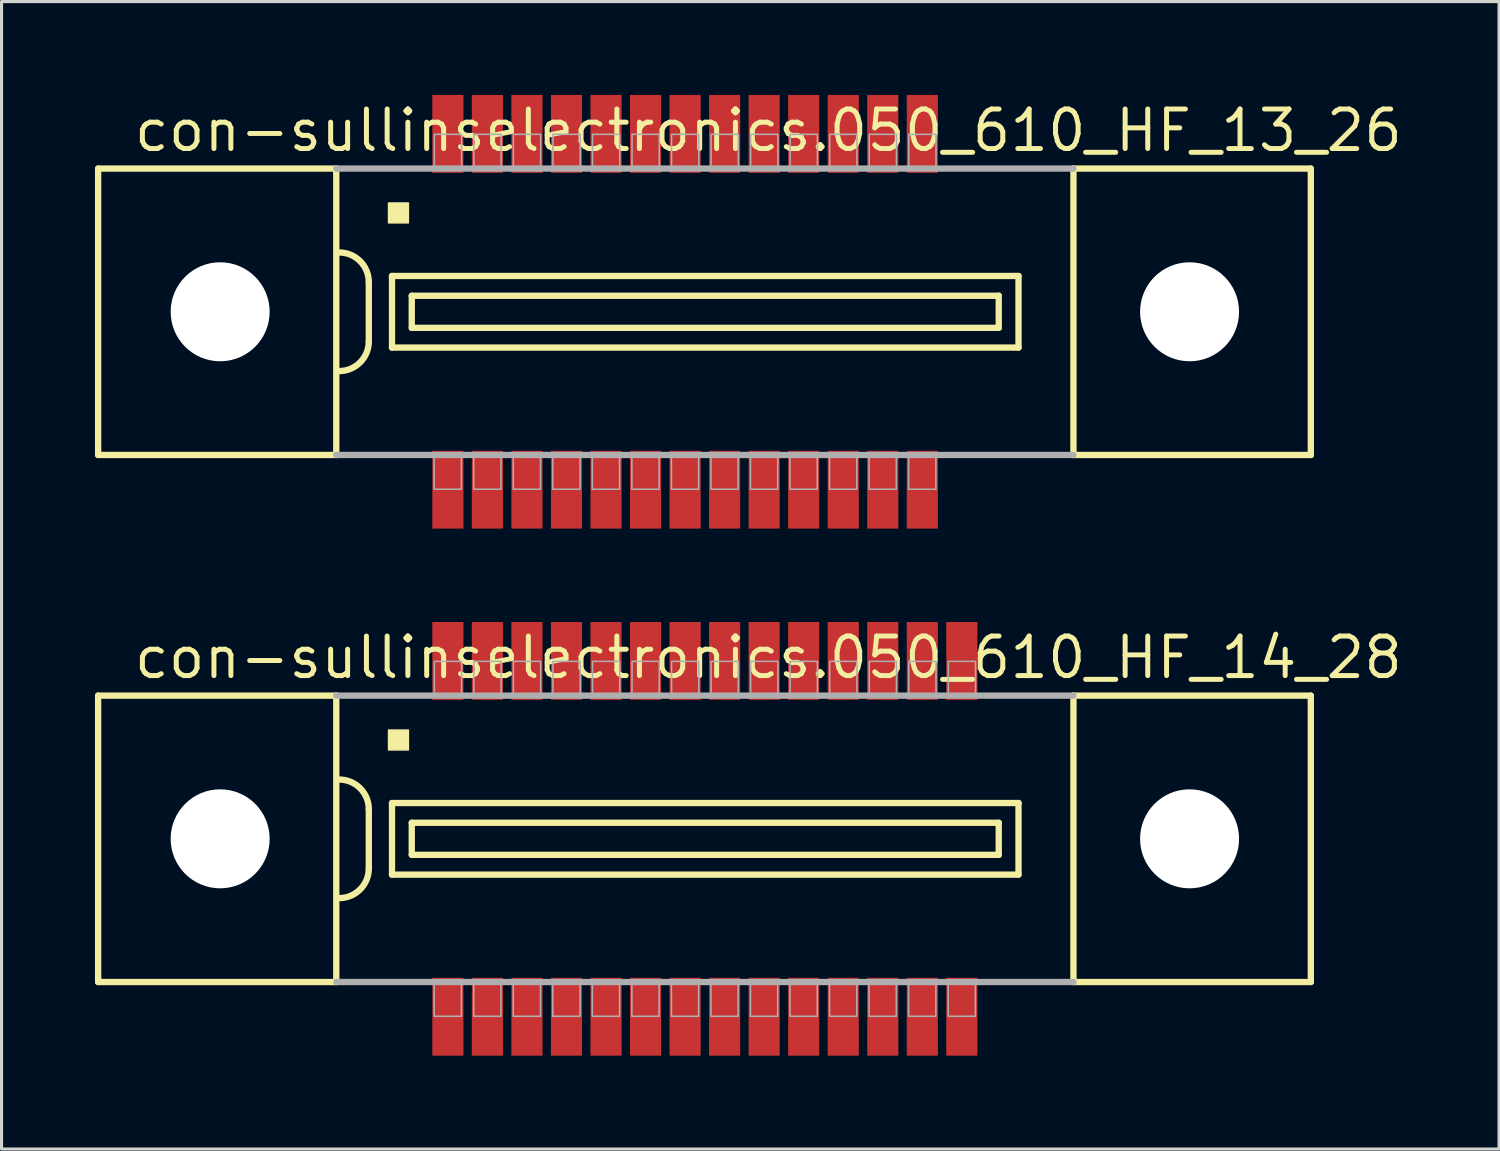
<source format=kicad_pcb>
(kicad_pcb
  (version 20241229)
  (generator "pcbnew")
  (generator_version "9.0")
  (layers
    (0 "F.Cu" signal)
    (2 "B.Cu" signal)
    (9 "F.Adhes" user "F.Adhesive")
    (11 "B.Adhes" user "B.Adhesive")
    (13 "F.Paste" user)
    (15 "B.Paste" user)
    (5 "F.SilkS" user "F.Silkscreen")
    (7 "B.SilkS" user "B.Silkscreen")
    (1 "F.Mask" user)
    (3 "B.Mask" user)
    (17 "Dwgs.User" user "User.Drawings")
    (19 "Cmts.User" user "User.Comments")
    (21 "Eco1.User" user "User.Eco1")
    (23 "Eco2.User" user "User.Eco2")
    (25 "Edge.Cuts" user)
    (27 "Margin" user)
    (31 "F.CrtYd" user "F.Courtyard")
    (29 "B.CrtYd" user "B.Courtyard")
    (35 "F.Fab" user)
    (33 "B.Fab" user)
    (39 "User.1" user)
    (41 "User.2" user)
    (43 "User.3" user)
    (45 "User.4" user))
  (footprint "con-sullinselectronics.050_610_HF_13_26"
    (layer "F.Cu")
    (at 18.957 6.965)
    (property "Reference" "con-sullinselectronics.050_610_HF_13_26" (at -17.78 -5.08 0) (layer "F.SilkS") (effects (font (size 1.27 1.27) (thickness 0.16)) (justify left bottom)))
    (attr smd)
    (fp_line (start -18.855 -4.6) (end -18.855 4.6) (stroke (width 0.203) (type default)) (layer "F.SilkS"))
    (fp_line (start -18.855 4.6) (end -11.205 4.6) (stroke (width 0.203) (type default)) (layer "F.SilkS"))
    (fp_line (start -11.205 -4.6) (end -18.855 -4.6) (stroke (width 0.203) (type default)) (layer "F.SilkS"))
    (fp_line (start -11.205 -4.6) (end -11.205 4.6) (stroke (width 0.203) (type default)) (layer "F.SilkS"))
    (fp_line (start -10.16 -0.953) (end -10.16 0.953) (stroke (width 0.203) (type default)) (layer "F.SilkS"))
    (fp_line (start -9.415 -1.15) (end -9.415 1.15) (stroke (width 0.203) (type default)) (layer "F.SilkS"))
    (fp_line (start -9.415 1.15) (end 10.71 1.15) (stroke (width 0.203) (type default)) (layer "F.SilkS"))
    (fp_line (start -8.78 -0.515) (end -8.78 0.515) (stroke (width 0.203) (type default)) (layer "F.SilkS"))
    (fp_line (start -8.78 0.515) (end 10.075 0.515) (stroke (width 0.203) (type default)) (layer "F.SilkS"))
    (fp_line (start 10.075 -0.515) (end -8.78 -0.515) (stroke (width 0.203) (type default)) (layer "F.SilkS"))
    (fp_line (start 10.075 0.515) (end 10.075 -0.515) (stroke (width 0.203) (type default)) (layer "F.SilkS"))
    (fp_line (start 10.71 -1.15) (end -9.415 -1.15) (stroke (width 0.203) (type default)) (layer "F.SilkS"))
    (fp_line (start 10.71 1.15) (end 10.71 -1.15) (stroke (width 0.203) (type default)) (layer "F.SilkS"))
    (fp_line (start 12.475 4.6) (end 12.475 -4.6) (stroke (width 0.203) (type default)) (layer "F.SilkS"))
    (fp_line (start 12.475 4.6) (end 20.1 4.6) (stroke (width 0.203) (type default)) (layer "F.SilkS"))
    (fp_line (start 20.1 -4.6) (end 12.475 -4.6) (stroke (width 0.203) (type default)) (layer "F.SilkS"))
    (fp_line (start 20.1 4.6) (end 20.1 -4.6) (stroke (width 0.203) (type default)) (layer "F.SilkS"))
    (fp_rect (start -9.525 -2.857) (end -8.89 -3.493) (stroke (width 0.05) (type default)) (fill yes) (layer "F.SilkS"))
    (fp_arc (start -11.1125 -1.905) (mid -10.438981 -1.626019) (end -10.16 -0.9525) (stroke (width 0.2032) (type default)) (layer "F.SilkS"))
    (fp_arc (start -10.16 0.9525) (mid -10.43901 1.62599) (end -11.1125 1.905) (stroke (width 0.2032) (type default)) (layer "F.SilkS"))
    (fp_line (start -11.205 4.6) (end 12.475 4.6) (stroke (width 0.203) (type default)) (layer "F.Fab"))
    (fp_line (start 12.475 -4.6) (end -11.205 -4.6) (stroke (width 0.203) (type default)) (layer "F.Fab"))
    (fp_rect (start -8.06 5.7) (end -7.185 4.65) (stroke (width 0.05) (type default)) (fill no) (layer "F.Fab"))
    (fp_rect (start -8.055 -4.65) (end -7.18 -5.7) (stroke (width 0.05) (type default)) (fill no) (layer "F.Fab"))
    (fp_rect (start -6.79 5.7) (end -5.915 4.65) (stroke (width 0.05) (type default)) (fill no) (layer "F.Fab"))
    (fp_rect (start -6.785 -4.65) (end -5.91 -5.7) (stroke (width 0.05) (type default)) (fill no) (layer "F.Fab"))
    (fp_rect (start -5.52 5.7) (end -4.645 4.65) (stroke (width 0.05) (type default)) (fill no) (layer "F.Fab"))
    (fp_rect (start -5.515 -4.65) (end -4.64 -5.7) (stroke (width 0.05) (type default)) (fill no) (layer "F.Fab"))
    (fp_rect (start -4.25 5.7) (end -3.375 4.65) (stroke (width 0.05) (type default)) (fill no) (layer "F.Fab"))
    (fp_rect (start -4.245 -4.65) (end -3.37 -5.7) (stroke (width 0.05) (type default)) (fill no) (layer "F.Fab"))
    (fp_rect (start -2.98 5.7) (end -2.105 4.65) (stroke (width 0.05) (type default)) (fill no) (layer "F.Fab"))
    (fp_rect (start -2.975 -4.65) (end -2.1 -5.7) (stroke (width 0.05) (type default)) (fill no) (layer "F.Fab"))
    (fp_rect (start -1.71 5.7) (end -0.835 4.65) (stroke (width 0.05) (type default)) (fill no) (layer "F.Fab"))
    (fp_rect (start -1.705 -4.65) (end -0.83 -5.7) (stroke (width 0.05) (type default)) (fill no) (layer "F.Fab"))
    (fp_rect (start -0.44 5.7) (end 0.435 4.65) (stroke (width 0.05) (type default)) (fill no) (layer "F.Fab"))
    (fp_rect (start -0.435 -4.65) (end 0.44 -5.7) (stroke (width 0.05) (type default)) (fill no) (layer "F.Fab"))
    (fp_rect (start 0.83 5.7) (end 1.705 4.65) (stroke (width 0.05) (type default)) (fill no) (layer "F.Fab"))
    (fp_rect (start 0.835 -4.65) (end 1.71 -5.7) (stroke (width 0.05) (type default)) (fill no) (layer "F.Fab"))
    (fp_rect (start 2.1 5.7) (end 2.975 4.65) (stroke (width 0.05) (type default)) (fill no) (layer "F.Fab"))
    (fp_rect (start 2.105 -4.65) (end 2.98 -5.7) (stroke (width 0.05) (type default)) (fill no) (layer "F.Fab"))
    (fp_rect (start 3.37 5.7) (end 4.245 4.65) (stroke (width 0.05) (type default)) (fill no) (layer "F.Fab"))
    (fp_rect (start 3.375 -4.65) (end 4.25 -5.7) (stroke (width 0.05) (type default)) (fill no) (layer "F.Fab"))
    (fp_rect (start 4.64 5.7) (end 5.515 4.65) (stroke (width 0.05) (type default)) (fill no) (layer "F.Fab"))
    (fp_rect (start 4.645 -4.65) (end 5.52 -5.7) (stroke (width 0.05) (type default)) (fill no) (layer "F.Fab"))
    (fp_rect (start 5.91 5.7) (end 6.785 4.65) (stroke (width 0.05) (type default)) (fill no) (layer "F.Fab"))
    (fp_rect (start 5.915 -4.65) (end 6.79 -5.7) (stroke (width 0.05) (type default)) (fill no) (layer "F.Fab"))
    (fp_rect (start 7.18 5.7) (end 8.055 4.65) (stroke (width 0.05) (type default)) (fill no) (layer "F.Fab"))
    (fp_rect (start 7.185 -4.65) (end 8.06 -5.7) (stroke (width 0.05) (type default)) (fill no) (layer "F.Fab"))
    (pad "" np_thru_hole circle (at -14.935 0) (size 3.18 3.18) (drill 3.18) (layers "*.Cu" "*.Mask"))
    (pad "" np_thru_hole circle (at 16.205 0) (size 3.18 3.18) (drill 3.18) (layers "*.Cu" "*.Mask"))
    (pad "1" smd roundrect (at -7.62 -5.715) (size 1 2.5) (layers "F.Cu" "F.Mask" "F.Paste") (roundrect_rratio 0.01))
    (pad "2" smd roundrect (at -6.35 -5.715) (size 1 2.5) (layers "F.Cu" "F.Mask" "F.Paste") (roundrect_rratio 0.01))
    (pad "3" smd roundrect (at -5.08 -5.715) (size 1 2.5) (layers "F.Cu" "F.Mask" "F.Paste") (roundrect_rratio 0.01))
    (pad "4" smd roundrect (at -3.81 -5.715) (size 1 2.5) (layers "F.Cu" "F.Mask" "F.Paste") (roundrect_rratio 0.01))
    (pad "5" smd roundrect (at -2.54 -5.715) (size 1 2.5) (layers "F.Cu" "F.Mask" "F.Paste") (roundrect_rratio 0.01))
    (pad "6" smd roundrect (at -1.27 -5.715) (size 1 2.5) (layers "F.Cu" "F.Mask" "F.Paste") (roundrect_rratio 0.01))
    (pad "7" smd roundrect (at 0 -5.715) (size 1 2.5) (layers "F.Cu" "F.Mask" "F.Paste") (roundrect_rratio 0.01))
    (pad "8" smd roundrect (at 1.27 -5.715) (size 1 2.5) (layers "F.Cu" "F.Mask" "F.Paste") (roundrect_rratio 0.01))
    (pad "9" smd roundrect (at 2.54 -5.715) (size 1 2.5) (layers "F.Cu" "F.Mask" "F.Paste") (roundrect_rratio 0.01))
    (pad "10" smd roundrect (at 3.81 -5.715) (size 1 2.5) (layers "F.Cu" "F.Mask" "F.Paste") (roundrect_rratio 0.01))
    (pad "11" smd roundrect (at 5.08 -5.715 180) (size 1 2.5) (layers "F.Cu" "F.Mask" "F.Paste") (roundrect_rratio 0.01))
    (pad "12" smd roundrect (at 6.35 -5.715 180) (size 1 2.5) (layers "F.Cu" "F.Mask" "F.Paste") (roundrect_rratio 0.01))
    (pad "13" smd roundrect (at 7.62 -5.715 180) (size 1 2.5) (layers "F.Cu" "F.Mask" "F.Paste") (roundrect_rratio 0.01))
    (pad "14" smd roundrect (at -7.62 5.715) (size 1 2.5) (layers "F.Cu" "F.Mask" "F.Paste") (roundrect_rratio 0.01))
    (pad "15" smd roundrect (at -6.35 5.715) (size 1 2.5) (layers "F.Cu" "F.Mask" "F.Paste") (roundrect_rratio 0.01))
    (pad "16" smd roundrect (at -5.08 5.715) (size 1 2.5) (layers "F.Cu" "F.Mask" "F.Paste") (roundrect_rratio 0.01))
    (pad "17" smd roundrect (at -3.81 5.715) (size 1 2.5) (layers "F.Cu" "F.Mask" "F.Paste") (roundrect_rratio 0.01))
    (pad "18" smd roundrect (at -2.54 5.715) (size 1 2.5) (layers "F.Cu" "F.Mask" "F.Paste") (roundrect_rratio 0.01))
    (pad "19" smd roundrect (at -1.27 5.715) (size 1 2.5) (layers "F.Cu" "F.Mask" "F.Paste") (roundrect_rratio 0.01))
    (pad "20" smd roundrect (at 0 5.715) (size 1 2.5) (layers "F.Cu" "F.Mask" "F.Paste") (roundrect_rratio 0.01))
    (pad "21" smd roundrect (at 1.27 5.715) (size 1 2.5) (layers "F.Cu" "F.Mask" "F.Paste") (roundrect_rratio 0.01))
    (pad "22" smd roundrect (at 2.54 5.715) (size 1 2.5) (layers "F.Cu" "F.Mask" "F.Paste") (roundrect_rratio 0.01))
    (pad "23" smd roundrect (at 3.81 5.715) (size 1 2.5) (layers "F.Cu" "F.Mask" "F.Paste") (roundrect_rratio 0.01))
    (pad "24" smd roundrect (at 5.08 5.715) (size 1 2.5) (layers "F.Cu" "F.Mask" "F.Paste") (roundrect_rratio 0.01))
    (pad "25" smd roundrect (at 6.35 5.715) (size 1 2.5) (layers "F.Cu" "F.Mask" "F.Paste") (roundrect_rratio 0.01))
    (pad "26" smd roundrect (at 7.62 5.715) (size 1 2.5) (layers "F.Cu" "F.Mask" "F.Paste") (roundrect_rratio 0.01)))
  (footprint "con-sullinselectronics.050_610_HF_14_28"
    (layer "F.Cu")
    (at 19.592 23.895)
    (property "Reference" "con-sullinselectronics.050_610_HF_14_28" (at -18.415 -5.08 0) (layer "F.SilkS") (effects (font (size 1.27 1.27) (thickness 0.16)) (justify left bottom)))
    (attr smd)
    (fp_line (start -19.49 -4.6) (end -19.49 4.6) (stroke (width 0.203) (type default)) (layer "F.SilkS"))
    (fp_line (start -19.49 4.6) (end -11.84 4.6) (stroke (width 0.203) (type default)) (layer "F.SilkS"))
    (fp_line (start -11.84 -4.6) (end -19.49 -4.6) (stroke (width 0.203) (type default)) (layer "F.SilkS"))
    (fp_line (start -11.84 -4.6) (end -11.84 4.6) (stroke (width 0.203) (type default)) (layer "F.SilkS"))
    (fp_line (start -10.795 -0.953) (end -10.795 0.953) (stroke (width 0.203) (type default)) (layer "F.SilkS"))
    (fp_line (start -10.05 -1.15) (end -10.05 1.15) (stroke (width 0.203) (type default)) (layer "F.SilkS"))
    (fp_line (start -10.05 1.15) (end 10.075 1.15) (stroke (width 0.203) (type default)) (layer "F.SilkS"))
    (fp_line (start -9.415 -0.515) (end -9.415 0.515) (stroke (width 0.203) (type default)) (layer "F.SilkS"))
    (fp_line (start -9.415 0.515) (end 9.44 0.515) (stroke (width 0.203) (type default)) (layer "F.SilkS"))
    (fp_line (start 9.44 -0.515) (end -9.415 -0.515) (stroke (width 0.203) (type default)) (layer "F.SilkS"))
    (fp_line (start 9.44 0.515) (end 9.44 -0.515) (stroke (width 0.203) (type default)) (layer "F.SilkS"))
    (fp_line (start 10.075 -1.15) (end -10.05 -1.15) (stroke (width 0.203) (type default)) (layer "F.SilkS"))
    (fp_line (start 10.075 1.15) (end 10.075 -1.15) (stroke (width 0.203) (type default)) (layer "F.SilkS"))
    (fp_line (start 11.84 4.6) (end 11.84 -4.6) (stroke (width 0.203) (type default)) (layer "F.SilkS"))
    (fp_line (start 11.84 4.6) (end 19.465 4.6) (stroke (width 0.203) (type default)) (layer "F.SilkS"))
    (fp_line (start 19.465 -4.6) (end 11.84 -4.6) (stroke (width 0.203) (type default)) (layer "F.SilkS"))
    (fp_line (start 19.465 4.6) (end 19.465 -4.6) (stroke (width 0.203) (type default)) (layer "F.SilkS"))
    (fp_rect (start -10.16 -2.857) (end -9.525 -3.493) (stroke (width 0.05) (type default)) (fill yes) (layer "F.SilkS"))
    (fp_arc (start -11.7475 -1.905) (mid -11.073981 -1.626019) (end -10.795 -0.9525) (stroke (width 0.2032) (type default)) (layer "F.SilkS"))
    (fp_arc (start -10.795 0.9525) (mid -11.07401 1.62599) (end -11.7475 1.905) (stroke (width 0.2032) (type default)) (layer "F.SilkS"))
    (fp_line (start -11.84 4.6) (end 11.84 4.6) (stroke (width 0.203) (type default)) (layer "F.Fab"))
    (fp_line (start 11.84 -4.6) (end -11.84 -4.6) (stroke (width 0.203) (type default)) (layer "F.Fab"))
    (fp_rect (start -8.695 5.7) (end -7.82 4.65) (stroke (width 0.05) (type default)) (fill no) (layer "F.Fab"))
    (fp_rect (start -8.69 -4.65) (end -7.815 -5.7) (stroke (width 0.05) (type default)) (fill no) (layer "F.Fab"))
    (fp_rect (start -7.425 5.7) (end -6.55 4.65) (stroke (width 0.05) (type default)) (fill no) (layer "F.Fab"))
    (fp_rect (start -7.42 -4.65) (end -6.545 -5.7) (stroke (width 0.05) (type default)) (fill no) (layer "F.Fab"))
    (fp_rect (start -6.155 5.7) (end -5.28 4.65) (stroke (width 0.05) (type default)) (fill no) (layer "F.Fab"))
    (fp_rect (start -6.15 -4.65) (end -5.275 -5.7) (stroke (width 0.05) (type default)) (fill no) (layer "F.Fab"))
    (fp_rect (start -4.885 5.7) (end -4.01 4.65) (stroke (width 0.05) (type default)) (fill no) (layer "F.Fab"))
    (fp_rect (start -4.88 -4.65) (end -4.005 -5.7) (stroke (width 0.05) (type default)) (fill no) (layer "F.Fab"))
    (fp_rect (start -3.615 5.7) (end -2.74 4.65) (stroke (width 0.05) (type default)) (fill no) (layer "F.Fab"))
    (fp_rect (start -3.61 -4.65) (end -2.735 -5.7) (stroke (width 0.05) (type default)) (fill no) (layer "F.Fab"))
    (fp_rect (start -2.345 5.7) (end -1.47 4.65) (stroke (width 0.05) (type default)) (fill no) (layer "F.Fab"))
    (fp_rect (start -2.34 -4.65) (end -1.465 -5.7) (stroke (width 0.05) (type default)) (fill no) (layer "F.Fab"))
    (fp_rect (start -1.075 5.7) (end -0.2 4.65) (stroke (width 0.05) (type default)) (fill no) (layer "F.Fab"))
    (fp_rect (start -1.07 -4.65) (end -0.195 -5.7) (stroke (width 0.05) (type default)) (fill no) (layer "F.Fab"))
    (fp_rect (start 0.195 5.7) (end 1.07 4.65) (stroke (width 0.05) (type default)) (fill no) (layer "F.Fab"))
    (fp_rect (start 0.2 -4.65) (end 1.075 -5.7) (stroke (width 0.05) (type default)) (fill no) (layer "F.Fab"))
    (fp_rect (start 1.465 5.7) (end 2.34 4.65) (stroke (width 0.05) (type default)) (fill no) (layer "F.Fab"))
    (fp_rect (start 1.47 -4.65) (end 2.345 -5.7) (stroke (width 0.05) (type default)) (fill no) (layer "F.Fab"))
    (fp_rect (start 2.735 5.7) (end 3.61 4.65) (stroke (width 0.05) (type default)) (fill no) (layer "F.Fab"))
    (fp_rect (start 2.74 -4.65) (end 3.615 -5.7) (stroke (width 0.05) (type default)) (fill no) (layer "F.Fab"))
    (fp_rect (start 4.005 5.7) (end 4.88 4.65) (stroke (width 0.05) (type default)) (fill no) (layer "F.Fab"))
    (fp_rect (start 4.01 -4.65) (end 4.885 -5.7) (stroke (width 0.05) (type default)) (fill no) (layer "F.Fab"))
    (fp_rect (start 5.275 5.7) (end 6.15 4.65) (stroke (width 0.05) (type default)) (fill no) (layer "F.Fab"))
    (fp_rect (start 5.28 -4.65) (end 6.155 -5.7) (stroke (width 0.05) (type default)) (fill no) (layer "F.Fab"))
    (fp_rect (start 6.545 5.7) (end 7.42 4.65) (stroke (width 0.05) (type default)) (fill no) (layer "F.Fab"))
    (fp_rect (start 6.55 -4.65) (end 7.425 -5.7) (stroke (width 0.05) (type default)) (fill no) (layer "F.Fab"))
    (fp_rect (start 7.815 5.7) (end 8.69 4.65) (stroke (width 0.05) (type default)) (fill no) (layer "F.Fab"))
    (fp_rect (start 7.82 -4.65) (end 8.695 -5.7) (stroke (width 0.05) (type default)) (fill no) (layer "F.Fab"))
    (pad "" np_thru_hole circle (at -15.57 0) (size 3.18 3.18) (drill 3.18) (layers "*.Cu" "*.Mask"))
    (pad "" np_thru_hole circle (at 15.57 0) (size 3.18 3.18) (drill 3.18) (layers "*.Cu" "*.Mask"))
    (pad "1" smd roundrect (at -8.255 -5.715) (size 1 2.5) (layers "F.Cu" "F.Mask" "F.Paste") (roundrect_rratio 0.01))
    (pad "2" smd roundrect (at -6.985 -5.715) (size 1 2.5) (layers "F.Cu" "F.Mask" "F.Paste") (roundrect_rratio 0.01))
    (pad "3" smd roundrect (at -5.715 -5.715) (size 1 2.5) (layers "F.Cu" "F.Mask" "F.Paste") (roundrect_rratio 0.01))
    (pad "4" smd roundrect (at -4.445 -5.715) (size 1 2.5) (layers "F.Cu" "F.Mask" "F.Paste") (roundrect_rratio 0.01))
    (pad "5" smd roundrect (at -3.175 -5.715) (size 1 2.5) (layers "F.Cu" "F.Mask" "F.Paste") (roundrect_rratio 0.01))
    (pad "6" smd roundrect (at -1.905 -5.715) (size 1 2.5) (layers "F.Cu" "F.Mask" "F.Paste") (roundrect_rratio 0.01))
    (pad "7" smd roundrect (at -0.635 -5.715) (size 1 2.5) (layers "F.Cu" "F.Mask" "F.Paste") (roundrect_rratio 0.01))
    (pad "8" smd roundrect (at 0.635 -5.715) (size 1 2.5) (layers "F.Cu" "F.Mask" "F.Paste") (roundrect_rratio 0.01))
    (pad "9" smd roundrect (at 1.905 -5.715) (size 1 2.5) (layers "F.Cu" "F.Mask" "F.Paste") (roundrect_rratio 0.01))
    (pad "10" smd roundrect (at 3.175 -5.715) (size 1 2.5) (layers "F.Cu" "F.Mask" "F.Paste") (roundrect_rratio 0.01))
    (pad "11" smd roundrect (at 4.445 -5.715 180) (size 1 2.5) (layers "F.Cu" "F.Mask" "F.Paste") (roundrect_rratio 0.01))
    (pad "12" smd roundrect (at 5.715 -5.715 180) (size 1 2.5) (layers "F.Cu" "F.Mask" "F.Paste") (roundrect_rratio 0.01))
    (pad "13" smd roundrect (at 6.985 -5.715 180) (size 1 2.5) (layers "F.Cu" "F.Mask" "F.Paste") (roundrect_rratio 0.01))
    (pad "14" smd roundrect (at 8.255 -5.715 180) (size 1 2.5) (layers "F.Cu" "F.Mask" "F.Paste") (roundrect_rratio 0.01))
    (pad "15" smd roundrect (at -8.255 5.715) (size 1 2.5) (layers "F.Cu" "F.Mask" "F.Paste") (roundrect_rratio 0.01))
    (pad "16" smd roundrect (at -6.985 5.715) (size 1 2.5) (layers "F.Cu" "F.Mask" "F.Paste") (roundrect_rratio 0.01))
    (pad "17" smd roundrect (at -5.715 5.715) (size 1 2.5) (layers "F.Cu" "F.Mask" "F.Paste") (roundrect_rratio 0.01))
    (pad "18" smd roundrect (at -4.445 5.715) (size 1 2.5) (layers "F.Cu" "F.Mask" "F.Paste") (roundrect_rratio 0.01))
    (pad "19" smd roundrect (at -3.175 5.715) (size 1 2.5) (layers "F.Cu" "F.Mask" "F.Paste") (roundrect_rratio 0.01))
    (pad "20" smd roundrect (at -1.905 5.715) (size 1 2.5) (layers "F.Cu" "F.Mask" "F.Paste") (roundrect_rratio 0.01))
    (pad "21" smd roundrect (at -0.635 5.715) (size 1 2.5) (layers "F.Cu" "F.Mask" "F.Paste") (roundrect_rratio 0.01))
    (pad "22" smd roundrect (at 0.635 5.715) (size 1 2.5) (layers "F.Cu" "F.Mask" "F.Paste") (roundrect_rratio 0.01))
    (pad "23" smd roundrect (at 1.905 5.715) (size 1 2.5) (layers "F.Cu" "F.Mask" "F.Paste") (roundrect_rratio 0.01))
    (pad "24" smd roundrect (at 3.175 5.715) (size 1 2.5) (layers "F.Cu" "F.Mask" "F.Paste") (roundrect_rratio 0.01))
    (pad "25" smd roundrect (at 4.445 5.715) (size 1 2.5) (layers "F.Cu" "F.Mask" "F.Paste") (roundrect_rratio 0.01))
    (pad "26" smd roundrect (at 5.715 5.715) (size 1 2.5) (layers "F.Cu" "F.Mask" "F.Paste") (roundrect_rratio 0.01))
    (pad "27" smd roundrect (at 6.985 5.715) (size 1 2.5) (layers "F.Cu" "F.Mask" "F.Paste") (roundrect_rratio 0.01))
    (pad "28" smd roundrect (at 8.255 5.715) (size 1 2.5) (layers "F.Cu" "F.Mask" "F.Paste") (roundrect_rratio 0.01)))
  (gr_rect
    (start -3 -3)
    (end 45.103 33.86)
    (stroke (width 0.1) (type default))
    (fill no)
    (layer "Edge.Cuts")))
</source>
